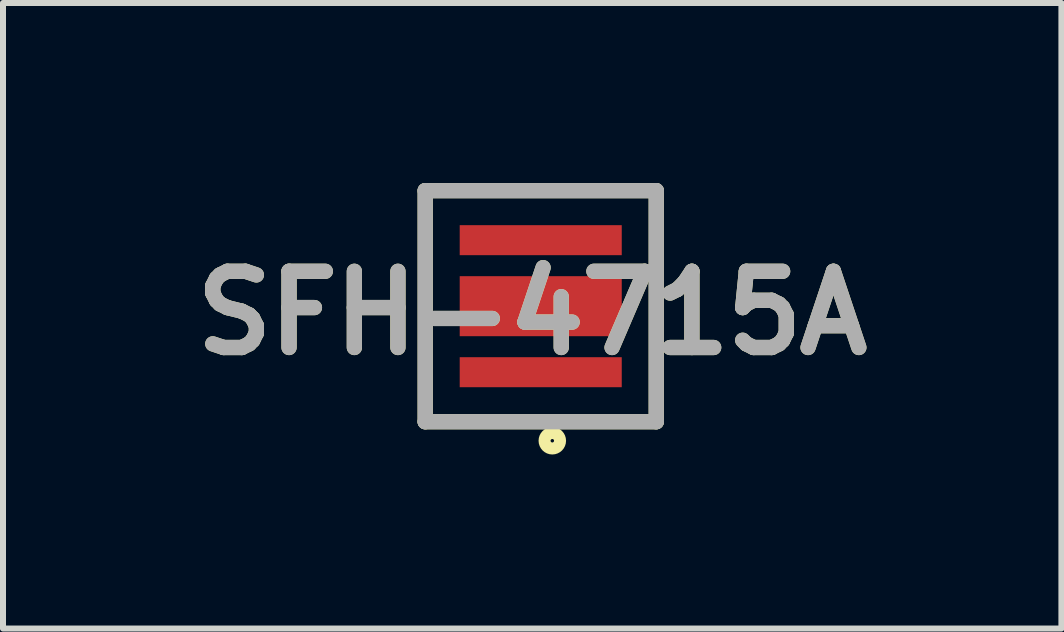
<source format=kicad_pcb>
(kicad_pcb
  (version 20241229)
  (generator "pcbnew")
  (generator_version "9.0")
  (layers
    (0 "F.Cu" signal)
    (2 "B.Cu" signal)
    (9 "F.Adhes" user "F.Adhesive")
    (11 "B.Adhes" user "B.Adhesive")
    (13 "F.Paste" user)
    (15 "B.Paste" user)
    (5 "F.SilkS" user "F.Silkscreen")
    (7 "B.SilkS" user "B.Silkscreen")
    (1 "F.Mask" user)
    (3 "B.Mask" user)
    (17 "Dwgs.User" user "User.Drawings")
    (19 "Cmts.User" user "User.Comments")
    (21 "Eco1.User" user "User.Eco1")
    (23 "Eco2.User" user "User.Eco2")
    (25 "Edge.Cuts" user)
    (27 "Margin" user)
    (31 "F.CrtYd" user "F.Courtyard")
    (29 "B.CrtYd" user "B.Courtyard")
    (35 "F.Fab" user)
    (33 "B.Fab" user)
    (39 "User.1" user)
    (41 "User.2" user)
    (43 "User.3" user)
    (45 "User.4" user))
  (footprint "SFH-4715A"
    (layer "F.Cu")
    (at 5.96 2.052)
    (property "Reference" "SFH-4715A" (at -0.142 0.114 0) (layer "F.SilkS") (effects (font (size 1.27 1.27) (thickness 0.254))))
    (attr smd)
    (fp_line (start -1.925 -1.925) (end -1.925 1.925) (stroke (width 0.254) (type solid)) (layer "F.SilkS"))
    (fp_line (start -1.925 1.925) (end 1.925 1.925) (stroke (width 0.254) (type solid)) (layer "F.SilkS"))
    (fp_line (start 1.925 -1.925) (end -1.925 -1.925) (stroke (width 0.254) (type solid)) (layer "F.SilkS"))
    (fp_line (start 1.925 1.925) (end 1.925 -1.925) (stroke (width 0.254) (type solid)) (layer "F.SilkS"))
    (fp_circle (center 0.193 2.242) (end 0.193 2.271) (stroke (width 0.2) (type solid)) (fill no) (layer "F.SilkS"))
    (fp_line (start -1.925 -1.925) (end 1.925 -1.925) (stroke (width 0.254) (type solid)) (layer "F.Fab"))
    (fp_line (start -1.925 1.925) (end -1.925 -1.925) (stroke (width 0.254) (type solid)) (layer "F.Fab"))
    (fp_line (start 1.925 -1.925) (end 1.925 1.925) (stroke (width 0.254) (type solid)) (layer "F.Fab"))
    (fp_line (start 1.925 1.925) (end -1.925 1.925) (stroke (width 0.254) (type solid)) (layer "F.Fab"))
    (fp_text user "${REFERENCE}" (at -0.142 0.114 0) (layer "F.Fab") (effects (font (size 1.27 1.27) (thickness 0.254))))
    (pad "1" smd rect (at 0 1.1 90) (size 0.5 2.7) (layers "F.Cu" "F.Mask" "F.Paste"))
    (pad "2" smd rect (at 0 0 90) (size 1 2.7) (layers "F.Cu" "F.Mask" "F.Paste"))
    (pad "3" smd rect (at 0 -1.1 90) (size 0.5 2.7) (layers "F.Cu" "F.Mask" "F.Paste")))
  (gr_rect
    (start -3 -3)
    (end 14.636 7.423)
    (stroke (width 0.1) (type default))
    (fill no)
    (layer "Edge.Cuts")))
</source>
